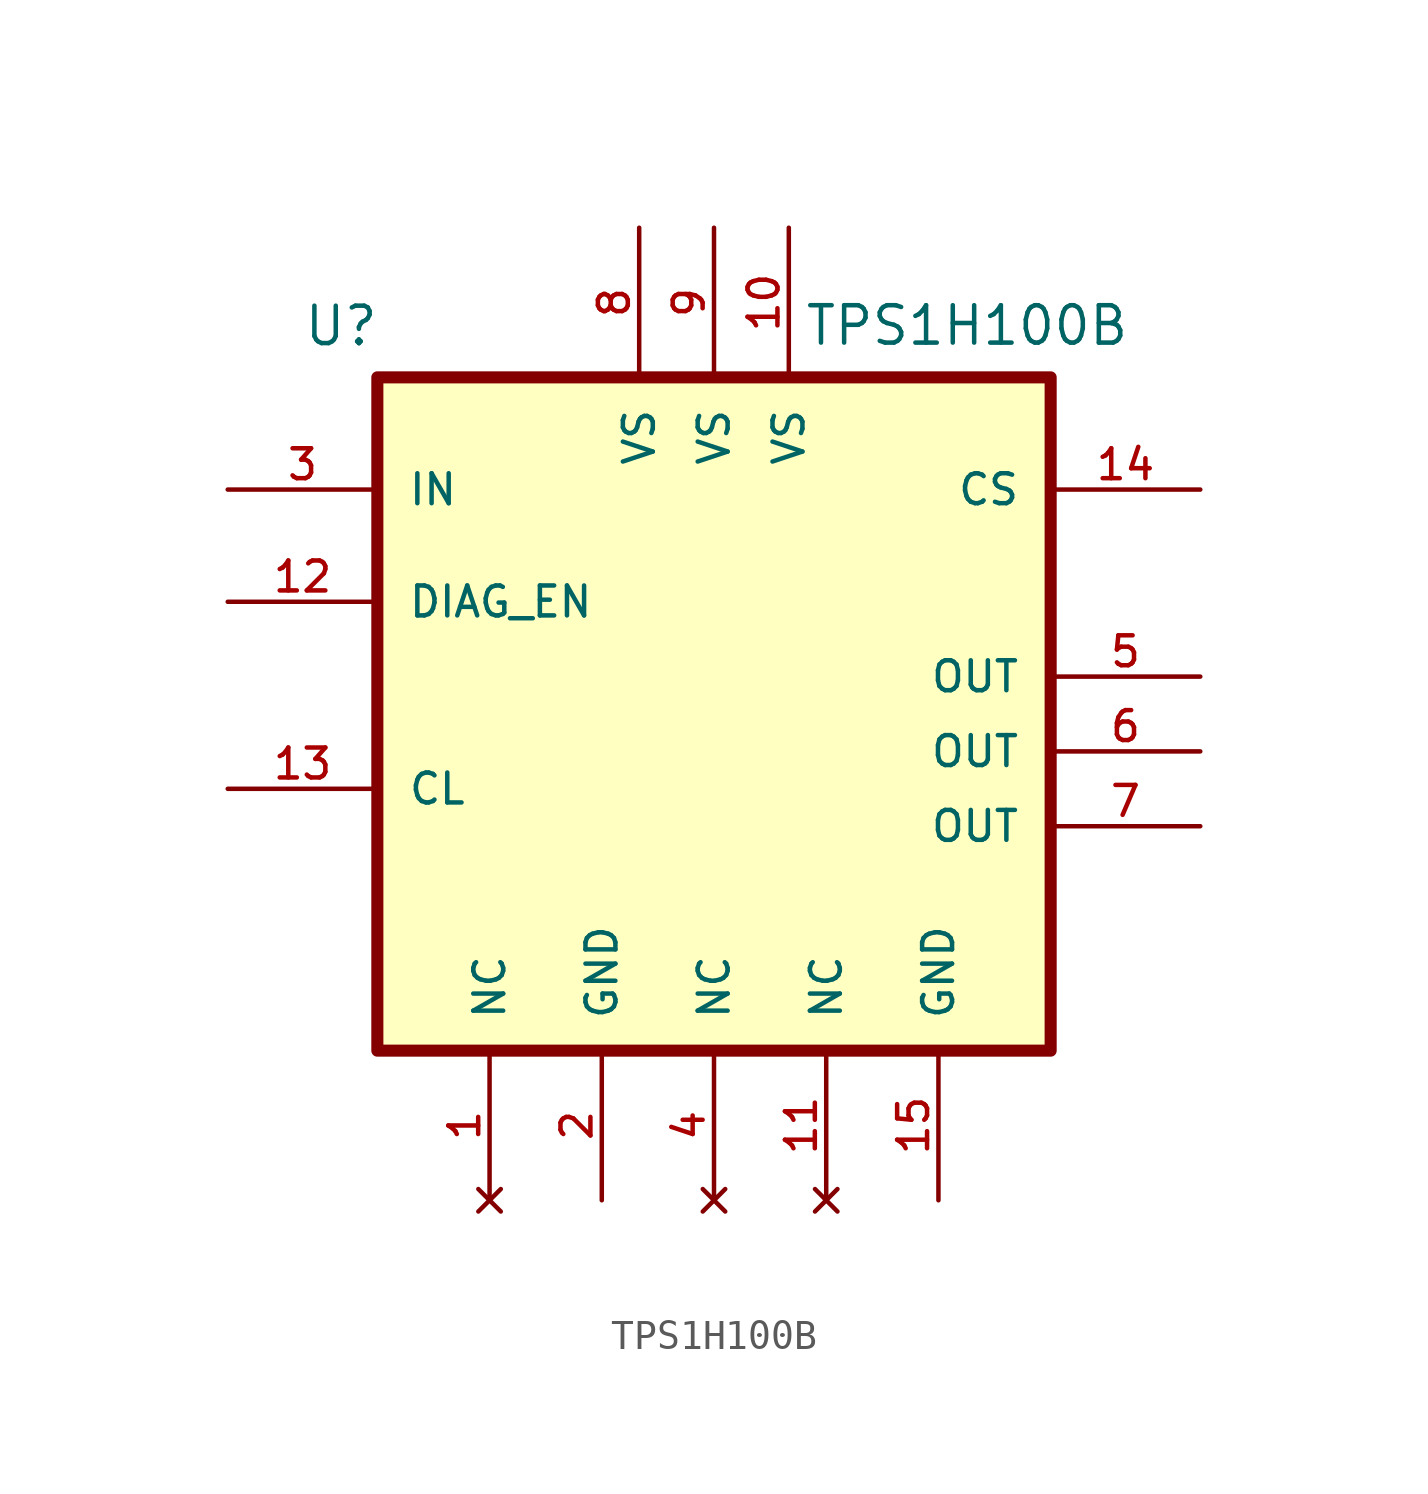
<source format=kicad_sym>
(kicad_symbol_lib
  (version 20231120)
  (generator "kicad_symbol_editor")
  (generator_version "8.0")
  (symbol "TPS1H100B"
    (pin_names
      (offset 1.016))
    (property "Reference" "U"
      (at -12.7 18.78 0)
      (effects (font (size 1.27 1.27)) (justify left bottom)))
    (property "Value" "TPS1H100B"
      (at 4.318 18.796 0)
      (effects (font (size 1.27 1.27)) (justify left bottom)))
    (symbol "TPS1H100B_0_0"
      (rectangle (start -10.16 17.78) (end 12.7 -5.08) (stroke (width 0.41) (type default)) (fill (type background))))
    (symbol "TPS1H100B_1_0"
      (pin no_connect line (at -6.35 -10.16 90) (length 5.08) (name "NC" (effects (font (size 1.016 1.016)))) (number "1" (effects (font (size 1.016 1.016)))))
      (pin power_in line (at 3.81 22.86 270) (length 5.08) (name "VS" (effects (font (size 1.016 1.016)))) (number "10" (effects (font (size 1.016 1.016)))))
      (pin no_connect line (at 5.08 -10.16 90) (length 5.08) (name "NC" (effects (font (size 1.016 1.016)))) (number "11" (effects (font (size 1.016 1.016)))))
      (pin input line (at -15.24 10.16 0) (length 5.08) (name "DIAG_EN" (effects (font (size 1.016 1.016)))) (number "12" (effects (font (size 1.016 1.016)))))
      (pin output line (at -15.24 3.81 0) (length 5.08) (name "CL" (effects (font (size 1.016 1.016)))) (number "13" (effects (font (size 1.016 1.016)))))
      (pin output line (at 17.78 13.97 180) (length 5.08) (name "CS" (effects (font (size 1.016 1.016)))) (number "14" (effects (font (size 1.016 1.016)))))
      (pin power_in line (at 8.89 -10.16 90) (length 5.08) (name "GND" (effects (font (size 1.016 1.016)))) (number "15" (effects (font (size 1.016 1.016)))))
      (pin power_in line (at -2.54 -10.16 90) (length 5.08) (name "GND" (effects (font (size 1.016 1.016)))) (number "2" (effects (font (size 1.016 1.016)))))
      (pin input line (at -15.24 13.97 0) (length 5.08) (name "IN" (effects (font (size 1.016 1.016)))) (number "3" (effects (font (size 1.016 1.016)))))
      (pin no_connect line (at 1.27 -10.16 90) (length 5.08) (name "NC" (effects (font (size 1.016 1.016)))) (number "4" (effects (font (size 1.016 1.016)))))
      (pin passive line (at 17.78 7.62 180) (length 5.08) (name "OUT" (effects (font (size 1.016 1.016)))) (number "5" (effects (font (size 1.016 1.016)))))
      (pin power_out line (at 17.78 5.08 180) (length 5.08) (name "OUT" (effects (font (size 1.016 1.016)))) (number "6" (effects (font (size 1.016 1.016)))))
      (pin passive line (at 17.78 2.54 180) (length 5.08) (name "OUT" (effects (font (size 1.016 1.016)))) (number "7" (effects (font (size 1.016 1.016)))))
      (pin power_in line (at -1.27 22.86 270) (length 5.08) (name "VS" (effects (font (size 1.016 1.016)))) (number "8" (effects (font (size 1.016 1.016)))))
      (pin power_in line (at 1.27 22.86 270) (length 5.08) (name "VS" (effects (font (size 1.016 1.016)))) (number "9" (effects (font (size 1.016 1.016))))))))
</source>
